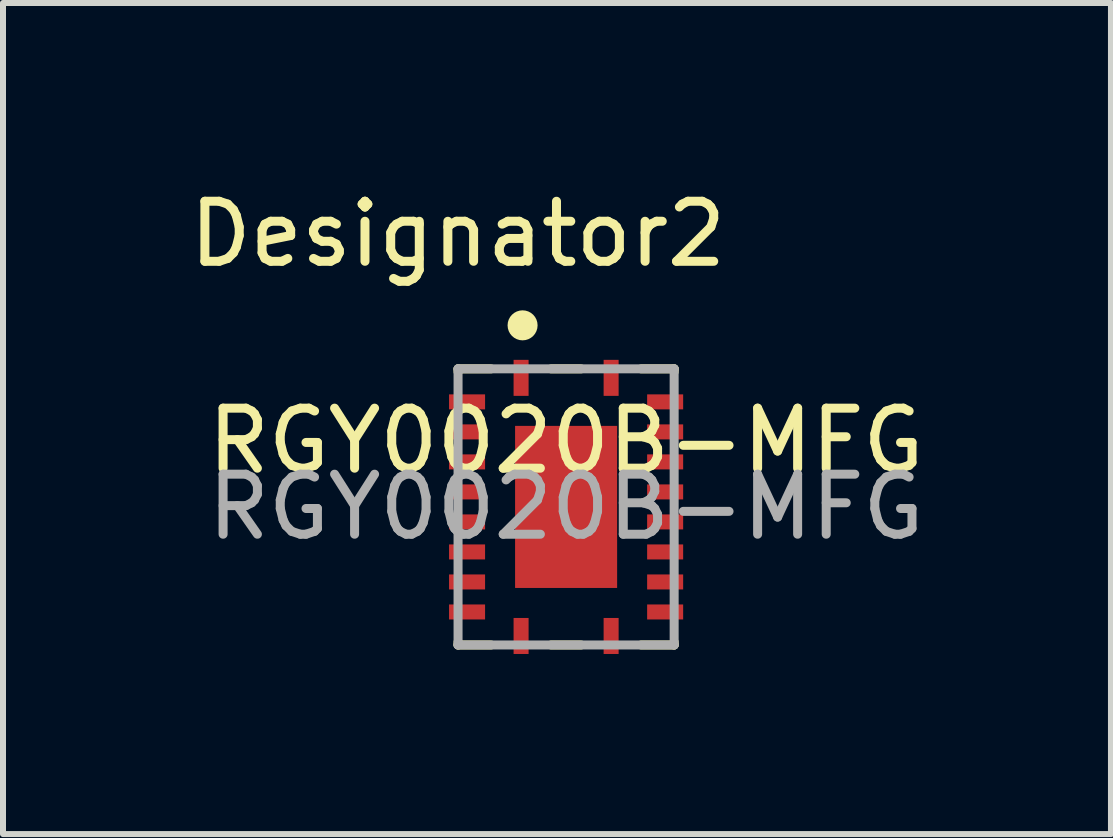
<source format=kicad_pcb>
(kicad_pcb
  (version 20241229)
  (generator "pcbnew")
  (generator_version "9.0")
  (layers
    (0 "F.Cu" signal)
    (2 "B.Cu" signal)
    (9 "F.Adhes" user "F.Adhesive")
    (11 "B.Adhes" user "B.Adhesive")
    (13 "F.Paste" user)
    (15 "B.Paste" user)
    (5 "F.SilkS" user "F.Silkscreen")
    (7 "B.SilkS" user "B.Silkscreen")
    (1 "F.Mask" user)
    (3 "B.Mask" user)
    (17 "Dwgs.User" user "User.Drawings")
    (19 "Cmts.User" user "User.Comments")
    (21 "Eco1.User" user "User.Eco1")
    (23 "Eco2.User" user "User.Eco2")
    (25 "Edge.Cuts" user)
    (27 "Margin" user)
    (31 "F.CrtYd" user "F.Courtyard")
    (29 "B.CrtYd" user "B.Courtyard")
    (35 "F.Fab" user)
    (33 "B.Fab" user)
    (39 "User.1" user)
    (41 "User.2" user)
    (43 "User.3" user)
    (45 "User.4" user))
  (footprint "RGY0020B-MFG"
    (layer "F.Cu")
    (at 6.381 5.395)
    (property "Reference" "RGY0020B-MFG" (at 0 -1.1 0) (unlocked yes) (layer "F.SilkS") (effects (font (size 1 1) (thickness 0.15))))
    (attr smd)
    (fp_line (start -1.8 -2.3) (end -1.25 -2.3) (stroke (width 0.15) (type solid)) (layer "F.SilkS"))
    (fp_line (start -1.8 -2.25) (end -1.8 -2.3) (stroke (width 0.15) (type solid)) (layer "F.SilkS"))
    (fp_line (start -1.8 2.3) (end -1.8 2.25) (stroke (width 0.15) (type solid)) (layer "F.SilkS"))
    (fp_line (start -1.8 2.3) (end -1.25 2.3) (stroke (width 0.15) (type solid)) (layer "F.SilkS"))
    (fp_line (start -0.25 -2.3) (end 0.25 -2.3) (stroke (width 0.15) (type solid)) (layer "F.SilkS"))
    (fp_line (start -0.25 2.3) (end 0.25 2.3) (stroke (width 0.15) (type solid)) (layer "F.SilkS"))
    (fp_line (start 1.25 -2.3) (end 1.8 -2.3) (stroke (width 0.15) (type solid)) (layer "F.SilkS"))
    (fp_line (start 1.25 2.3) (end 1.8 2.3) (stroke (width 0.15) (type solid)) (layer "F.SilkS"))
    (fp_line (start 1.8 -2.25) (end 1.8 -2.3) (stroke (width 0.15) (type solid)) (layer "F.SilkS"))
    (fp_line (start 1.8 2.3) (end 1.8 2.25) (stroke (width 0.15) (type solid)) (layer "F.SilkS"))
    (fp_circle (center -0.725 -3.025) (end -0.6 -3.025) (stroke (width 0.25) (type solid)) (fill no) (layer "F.SilkS"))
    (fp_poly (pts (xy -0.1 -1.265) (xy -0.1 -0.155) (xy -0.15 -0.105) (xy -0.8 -0.105) (xy -0.85 -0.155) (xy -0.85 -1.265) (xy -0.8 -1.315) (xy -0.15 -1.315)) (stroke (width 0) (type solid)) (fill yes) (layer "F.Paste"))
    (fp_poly (pts (xy -0.1 1.265) (xy -0.15 1.315) (xy -0.8 1.315) (xy -0.85 1.265) (xy -0.85 0.155) (xy -0.8 0.105) (xy -0.15 0.105) (xy -0.1 0.155)) (stroke (width 0) (type solid)) (fill yes) (layer "F.Paste"))
    (fp_poly (pts (xy 0.8 0.105) (xy 0.85 0.155) (xy 0.85 1.265) (xy 0.8 1.315) (xy 0.15 1.315) (xy 0.1 1.265) (xy 0.1 0.155) (xy 0.15 0.105)) (stroke (width 0) (type solid)) (fill yes) (layer "F.Paste"))
    (fp_poly (pts (xy 0.85 -0.155) (xy 0.8 -0.105) (xy 0.15 -0.105) (xy 0.1 -0.155) (xy 0.1 -1.265) (xy 0.15 -1.315) (xy 0.8 -1.315) (xy 0.85 -1.265)) (stroke (width 0) (type solid)) (fill yes) (layer "F.Paste"))
    (fp_line (start -1.8 -2.3) (end 1.8 -2.3) (stroke (width 0.15) (type solid)) (layer "F.Fab"))
    (fp_line (start -1.8 2.3) (end -1.8 -2.3) (stroke (width 0.15) (type solid)) (layer "F.Fab"))
    (fp_line (start -1.8 2.3) (end 1.8 2.3) (stroke (width 0.15) (type solid)) (layer "F.Fab"))
    (fp_line (start 1.8 2.3) (end 1.8 -2.3) (stroke (width 0.15) (type solid)) (layer "F.Fab"))
    (fp_text user "Designator2" (at -1.803 -4.547 0) (unlocked yes) (layer "F.SilkS") (effects (font (size 1 1) (thickness 0.15))))
    (fp_text user "${REFERENCE}" (at 0 0 0) (unlocked yes) (layer "F.Fab") (effects (font (size 1 1) (thickness 0.15))))
    (pad "1" smd rect (at -0.75 -2.15) (size 0.25 0.6) (layers "F.Cu" "F.Mask" "F.Paste"))
    (pad "2" smd rect (at -1.65 -1.75 90) (size 0.25 0.6) (layers "F.Cu" "F.Mask" "F.Paste"))
    (pad "3" smd rect (at -1.65 -1.25 90) (size 0.25 0.6) (layers "F.Cu" "F.Mask" "F.Paste"))
    (pad "4" smd rect (at -1.65 -0.75 90) (size 0.25 0.6) (layers "F.Cu" "F.Mask" "F.Paste"))
    (pad "5" smd rect (at -1.65 -0.25 90) (size 0.25 0.6) (layers "F.Cu" "F.Mask" "F.Paste"))
    (pad "6" smd rect (at -1.65 0.25 90) (size 0.25 0.6) (layers "F.Cu" "F.Mask" "F.Paste"))
    (pad "7" smd rect (at -1.65 0.75 90) (size 0.25 0.6) (layers "F.Cu" "F.Mask" "F.Paste"))
    (pad "8" smd rect (at -1.65 1.25 90) (size 0.25 0.6) (layers "F.Cu" "F.Mask" "F.Paste"))
    (pad "9" smd rect (at -1.65 1.75 90) (size 0.25 0.6) (layers "F.Cu" "F.Mask" "F.Paste"))
    (pad "10" smd rect (at -0.75 2.15) (size 0.25 0.6) (layers "F.Cu" "F.Mask" "F.Paste"))
    (pad "11" smd rect (at 0.75 2.15) (size 0.25 0.6) (layers "F.Cu" "F.Mask" "F.Paste"))
    (pad "12" smd rect (at 1.65 1.75 90) (size 0.25 0.6) (layers "F.Cu" "F.Mask" "F.Paste"))
    (pad "13" smd rect (at 1.65 1.25 90) (size 0.25 0.6) (layers "F.Cu" "F.Mask" "F.Paste"))
    (pad "14" smd rect (at 1.65 0.75 90) (size 0.25 0.6) (layers "F.Cu" "F.Mask" "F.Paste"))
    (pad "15" smd rect (at 1.65 0.25 90) (size 0.25 0.6) (layers "F.Cu" "F.Mask" "F.Paste"))
    (pad "16" smd rect (at 1.65 -0.25 90) (size 0.25 0.6) (layers "F.Cu" "F.Mask" "F.Paste"))
    (pad "17" smd rect (at 1.65 -0.75 90) (size 0.25 0.6) (layers "F.Cu" "F.Mask" "F.Paste"))
    (pad "18" smd rect (at 1.65 -1.25 90) (size 0.25 0.6) (layers "F.Cu" "F.Mask" "F.Paste"))
    (pad "19" smd rect (at 1.65 -1.75 90) (size 0.25 0.6) (layers "F.Cu" "F.Mask" "F.Paste"))
    (pad "20" smd rect (at 0.75 -2.15) (size 0.25 0.6) (layers "F.Cu" "F.Mask" "F.Paste"))
    (pad "21" smd rect (at 0 0) (size 1.7 2.7) (layers "F.Cu" "F.Mask")))
  (gr_rect
    (start -3 -3)
    (end 15.458 10.845)
    (stroke (width 0.1) (type default))
    (fill no)
    (layer "Edge.Cuts")))
</source>
